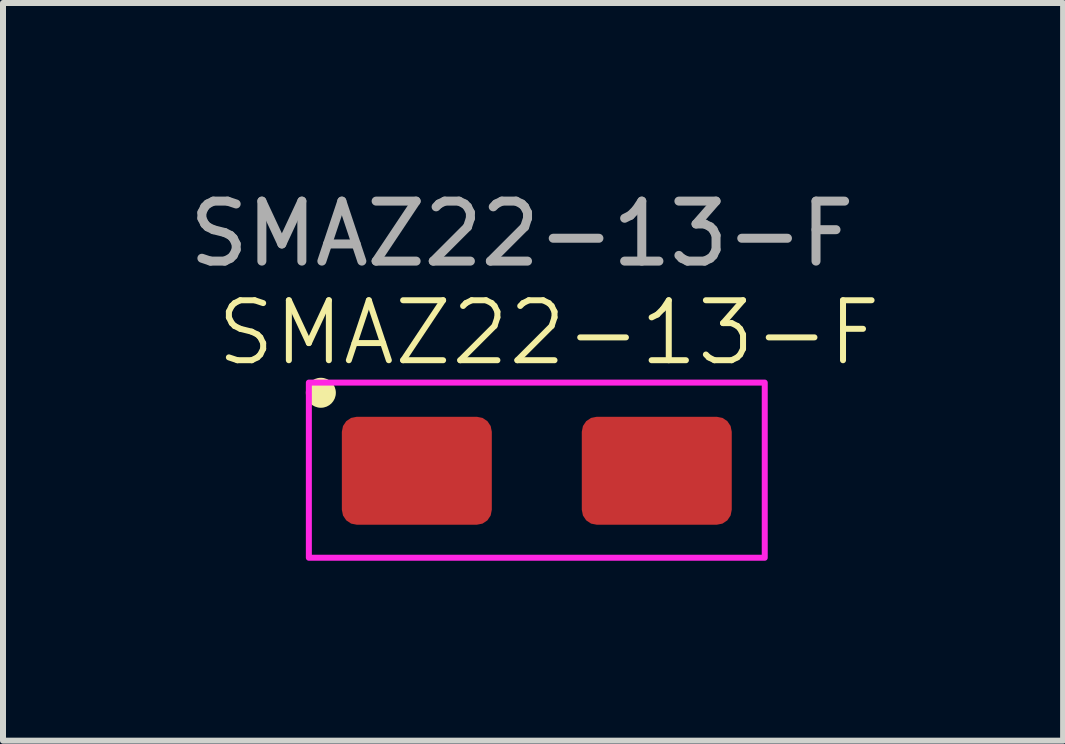
<source format=kicad_pcb>
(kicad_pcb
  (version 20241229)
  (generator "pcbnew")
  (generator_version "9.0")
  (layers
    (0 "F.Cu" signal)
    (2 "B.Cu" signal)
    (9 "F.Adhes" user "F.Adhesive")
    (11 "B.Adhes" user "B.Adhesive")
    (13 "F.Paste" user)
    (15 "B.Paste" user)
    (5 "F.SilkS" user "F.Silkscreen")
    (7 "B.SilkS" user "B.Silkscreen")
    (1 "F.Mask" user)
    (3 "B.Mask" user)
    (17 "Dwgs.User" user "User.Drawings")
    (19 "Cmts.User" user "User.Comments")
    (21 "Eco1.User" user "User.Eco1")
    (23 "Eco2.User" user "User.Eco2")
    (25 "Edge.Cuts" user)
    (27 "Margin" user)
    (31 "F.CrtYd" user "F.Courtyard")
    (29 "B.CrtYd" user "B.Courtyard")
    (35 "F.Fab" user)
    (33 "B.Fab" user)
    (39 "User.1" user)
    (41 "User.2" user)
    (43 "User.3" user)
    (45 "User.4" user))
  (footprint "SMAZ22-13-F"
    (layer "F.Cu")
    (at 3.899 4.798)
    (property "Reference" "SMAZ22-13-F" (at 2.2 -2.3 0) (unlocked yes) (layer "F.SilkS") (effects (font (size 1 1) (thickness 0.1))))
    (attr smd)
    (fp_circle (center -1.6 -1.3) (end -1.4 -1.3) (stroke (width 0.1) (type solid)) (fill yes) (layer "F.SilkS"))
    (fp_rect (start -1.8 -1.47) (end 5.8 1.45) (stroke (width 0.1) (type default)) (fill no) (layer "F.CrtYd"))
    (fp_text user "${REFERENCE}" (at 1.75 -3.95 0) (unlocked yes) (layer "F.Fab") (effects (font (size 1 1) (thickness 0.15))))
    (pad "1" smd roundrect (at 0 0) (size 2.5 1.8) (layers "F.Cu" "F.Mask" "F.Paste") (roundrect_rratio 0.139))
    (pad "2" smd roundrect (at 4 0) (size 2.5 1.8) (layers "F.Cu" "F.Mask" "F.Paste") (roundrect_rratio 0.139)))
  (gr_rect
    (start -3 -3)
    (end 14.673 9.298)
    (stroke (width 0.1) (type default))
    (fill no)
    (layer "Edge.Cuts")))
</source>
